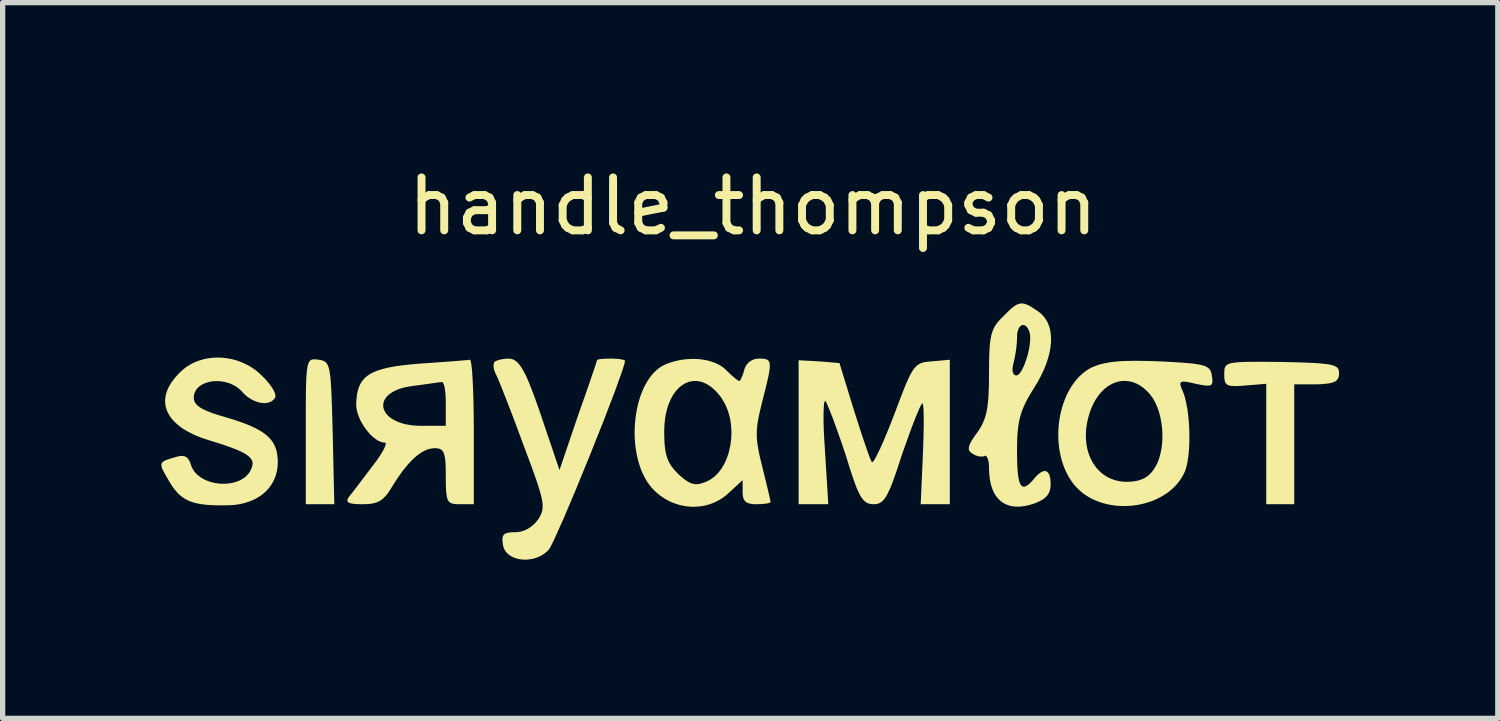
<source format=kicad_pcb>
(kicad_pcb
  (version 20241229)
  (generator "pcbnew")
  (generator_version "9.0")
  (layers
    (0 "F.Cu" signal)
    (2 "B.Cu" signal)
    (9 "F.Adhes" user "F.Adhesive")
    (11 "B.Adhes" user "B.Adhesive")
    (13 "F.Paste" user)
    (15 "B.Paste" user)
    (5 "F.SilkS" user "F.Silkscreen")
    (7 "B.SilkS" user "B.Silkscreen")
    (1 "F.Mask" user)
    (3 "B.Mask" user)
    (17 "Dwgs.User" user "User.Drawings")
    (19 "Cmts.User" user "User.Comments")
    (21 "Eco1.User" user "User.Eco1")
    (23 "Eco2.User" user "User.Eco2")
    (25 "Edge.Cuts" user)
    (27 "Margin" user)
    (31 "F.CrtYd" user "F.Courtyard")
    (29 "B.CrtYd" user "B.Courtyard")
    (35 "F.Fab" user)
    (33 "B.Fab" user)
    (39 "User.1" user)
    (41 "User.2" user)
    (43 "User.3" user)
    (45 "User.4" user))
  (footprint "handle_thompson"
    (layer "F.Cu")
    (at 11.268 3.708)
    (property "Reference" "handle_thompson" (at -0.09 -2.86 0) (unlocked yes) (layer "F.SilkS") (effects (font (size 1 1) (thickness 0.15))))
    (attr smd)
    (fp_poly (pts (xy -8.358 0.033) (xy -8.339 0.034) (xy -8.296 0.04) (xy -8.257 0.046) (xy -8.222 0.055) (xy -8.192 0.067) (xy -8.165 0.085) (xy -8.143 0.111) (xy -8.123 0.146) (xy -8.106 0.192) (xy -8.092 0.251) (xy -8.08 0.326) (xy -8.07 0.417) (xy -8.055 0.656) (xy -8.043 0.984) (xy -8.031 1.416) (xy -8 2.77) (xy -8.539 2.77) (xy -8.539 1.384) (xy -8.539 0.93) (xy -8.538 0.746) (xy -8.536 0.589) (xy -8.534 0.52) (xy -8.532 0.456) (xy -8.53 0.398) (xy -8.527 0.346) (xy -8.523 0.298) (xy -8.519 0.255) (xy -8.514 0.217) (xy -8.509 0.184) (xy -8.503 0.154) (xy -8.496 0.129) (xy -8.488 0.107) (xy -8.484 0.097) (xy -8.48 0.088) (xy -8.475 0.08) (xy -8.471 0.073) (xy -8.466 0.066) (xy -8.46 0.06) (xy -8.455 0.055) (xy -8.449 0.05) (xy -8.443 0.046) (xy -8.437 0.043) (xy -8.43 0.04) (xy -8.423 0.037) (xy -8.416 0.036) (xy -8.409 0.034) (xy -8.393 0.032) (xy -8.376 0.032)) (stroke (width 0) (type solid)) (fill yes) (layer "F.SilkS"))
    (fp_poly (pts (xy 9.897 0.082) (xy 10.071 0.086) (xy 10.226 0.09) (xy 10.363 0.095) (xy 10.482 0.1) (xy 10.536 0.103) (xy 10.586 0.106) (xy 10.632 0.11) (xy 10.674 0.114) (xy 10.713 0.118) (xy 10.749 0.122) (xy 10.781 0.127) (xy 10.811 0.132) (xy 10.837 0.138) (xy 10.861 0.144) (xy 10.883 0.151) (xy 10.901 0.158) (xy 10.918 0.166) (xy 10.925 0.17) (xy 10.932 0.174) (xy 10.939 0.178) (xy 10.945 0.183) (xy 10.95 0.187) (xy 10.955 0.192) (xy 10.959 0.197) (xy 10.964 0.202) (xy 10.967 0.208) (xy 10.971 0.213) (xy 10.974 0.219) (xy 10.976 0.225) (xy 10.98 0.237) (xy 10.983 0.25) (xy 10.985 0.264) (xy 10.986 0.278) (xy 10.987 0.294) (xy 10.986 0.322) (xy 10.983 0.348) (xy 10.977 0.371) (xy 10.973 0.382) (xy 10.968 0.392) (xy 10.963 0.402) (xy 10.957 0.411) (xy 10.95 0.42) (xy 10.942 0.428) (xy 10.934 0.435) (xy 10.924 0.442) (xy 10.914 0.449) (xy 10.902 0.455) (xy 10.876 0.466) (xy 10.846 0.476) (xy 10.812 0.484) (xy 10.773 0.49) (xy 10.728 0.495) (xy 10.679 0.5) (xy 10.624 0.503) (xy 10.563 0.505) (xy 10.14 0.505) (xy 10.14 2.77) (xy 9.611 2.77) (xy 9.611 0.495) (xy 9.219 0.527) (xy 9.156 0.532) (xy 9.099 0.536) (xy 9.049 0.538) (xy 9.026 0.538) (xy 9.005 0.538) (xy 8.985 0.537) (xy 8.967 0.536) (xy 8.95 0.534) (xy 8.934 0.532) (xy 8.92 0.529) (xy 8.906 0.525) (xy 8.894 0.521) (xy 8.883 0.516) (xy 8.873 0.51) (xy 8.865 0.503) (xy 8.857 0.496) (xy 8.85 0.488) (xy 8.843 0.479) (xy 8.838 0.469) (xy 8.833 0.458) (xy 8.829 0.446) (xy 8.826 0.433) (xy 8.824 0.42) (xy 8.821 0.405) (xy 8.82 0.389) (xy 8.818 0.354) (xy 8.817 0.315) (xy 8.82 0.235) (xy 8.825 0.202) (xy 8.836 0.174) (xy 8.852 0.151) (xy 8.877 0.131) (xy 8.911 0.116) (xy 8.956 0.103) (xy 9.014 0.094) (xy 9.085 0.087) (xy 9.173 0.082) (xy 9.277 0.08) (xy 9.543 0.079)) (stroke (width 0) (type solid)) (fill yes) (layer "F.SilkS"))
    (fp_poly (pts (xy 3.631 2.77) (xy 3.081 2.77) (xy 3.123 1.818) (xy 3.13 1.625) (xy 3.135 1.446) (xy 3.138 1.284) (xy 3.138 1.143) (xy 3.136 1.027) (xy 3.134 0.98) (xy 3.131 0.94) (xy 3.127 0.908) (xy 3.123 0.884) (xy 3.121 0.876) (xy 3.118 0.87) (xy 3.116 0.866) (xy 3.113 0.865) (xy 3.105 0.87) (xy 3.095 0.885) (xy 3.065 0.941) (xy 3.026 1.03) (xy 2.978 1.147) (xy 2.923 1.288) (xy 2.863 1.45) (xy 2.732 1.818) (xy 2.684 1.964) (xy 2.641 2.096) (xy 2.601 2.212) (xy 2.564 2.315) (xy 2.547 2.361) (xy 2.53 2.404) (xy 2.514 2.445) (xy 2.498 2.482) (xy 2.482 2.516) (xy 2.467 2.548) (xy 2.453 2.577) (xy 2.438 2.603) (xy 2.424 2.628) (xy 2.41 2.649) (xy 2.396 2.669) (xy 2.381 2.686) (xy 2.367 2.702) (xy 2.353 2.716) (xy 2.339 2.727) (xy 2.324 2.737) (xy 2.309 2.746) (xy 2.294 2.753) (xy 2.278 2.759) (xy 2.262 2.763) (xy 2.246 2.766) (xy 2.228 2.769) (xy 2.211 2.77) (xy 2.192 2.77) (xy 2.154 2.769) (xy 2.119 2.763) (xy 2.085 2.753) (xy 2.054 2.738) (xy 2.025 2.716) (xy 1.996 2.688) (xy 1.968 2.651) (xy 1.939 2.606) (xy 1.911 2.552) (xy 1.881 2.487) (xy 1.851 2.411) (xy 1.819 2.324) (xy 1.747 2.11) (xy 1.663 1.839) (xy 1.6 1.652) (xy 1.538 1.473) (xy 1.479 1.308) (xy 1.425 1.16) (xy 1.376 1.034) (xy 1.335 0.932) (xy 1.303 0.861) (xy 1.291 0.837) (xy 1.282 0.823) (xy 1.278 0.819) (xy 1.274 0.818) (xy 1.271 0.82) (xy 1.268 0.824) (xy 1.262 0.84) (xy 1.256 0.866) (xy 1.249 0.943) (xy 1.245 1.053) (xy 1.245 1.192) (xy 1.249 1.356) (xy 1.258 1.541) (xy 1.271 1.744) (xy 1.335 2.77) (xy 0.774 2.77) (xy 0.774 0.05) (xy 1.165 0.071) (xy 1.546 0.103) (xy 1.822 1.003) (xy 1.937 1.36) (xy 1.99 1.521) (xy 2.039 1.664) (xy 2.081 1.786) (xy 2.116 1.881) (xy 2.131 1.917) (xy 2.143 1.946) (xy 2.153 1.966) (xy 2.16 1.976) (xy 2.164 1.978) (xy 2.168 1.977) (xy 2.179 1.968) (xy 2.194 1.95) (xy 2.212 1.922) (xy 2.255 1.842) (xy 2.308 1.732) (xy 2.37 1.595) (xy 2.437 1.436) (xy 2.509 1.259) (xy 2.584 1.066) (xy 2.701 0.757) (xy 2.75 0.63) (xy 2.794 0.521) (xy 2.835 0.427) (xy 2.854 0.386) (xy 2.872 0.348) (xy 2.89 0.313) (xy 2.908 0.282) (xy 2.925 0.253) (xy 2.942 0.228) (xy 2.959 0.205) (xy 2.976 0.184) (xy 2.994 0.166) (xy 3.012 0.15) (xy 3.03 0.136) (xy 3.049 0.124) (xy 3.068 0.114) (xy 3.088 0.105) (xy 3.109 0.097) (xy 3.131 0.091) (xy 3.155 0.086) (xy 3.179 0.082) (xy 3.205 0.079) (xy 3.233 0.076) (xy 3.293 0.071) (xy 3.631 0.04)) (stroke (width 0) (type solid)) (fill yes) (layer "F.SilkS"))
    (fp_poly (pts (xy -2.744 0.019) (xy -2.718 0.019) (xy -2.692 0.021) (xy -2.668 0.022) (xy -2.644 0.024) (xy -2.623 0.026) (xy -2.602 0.029) (xy -2.584 0.032) (xy -2.567 0.035) (xy -2.552 0.038) (xy -2.538 0.042) (xy -2.527 0.045) (xy -2.523 0.047) (xy -2.519 0.049) (xy -2.515 0.051) (xy -2.512 0.053) (xy -2.51 0.055) (xy -2.508 0.057) (xy -2.507 0.059) (xy -2.507 0.061) (xy -2.522 0.131) (xy -2.563 0.262) (xy -2.712 0.676) (xy -2.926 1.231) (xy -3.175 1.856) (xy -3.43 2.479) (xy -3.663 3.03) (xy -3.845 3.436) (xy -3.907 3.563) (xy -3.946 3.627) (xy -3.972 3.654) (xy -3.999 3.679) (xy -4.028 3.701) (xy -4.058 3.722) (xy -4.089 3.74) (xy -4.121 3.757) (xy -4.154 3.771) (xy -4.188 3.784) (xy -4.222 3.794) (xy -4.256 3.803) (xy -4.291 3.809) (xy -4.326 3.814) (xy -4.361 3.817) (xy -4.395 3.818) (xy -4.43 3.817) (xy -4.464 3.814) (xy -4.497 3.809) (xy -4.529 3.803) (xy -4.56 3.795) (xy -4.591 3.785) (xy -4.62 3.773) (xy -4.647 3.759) (xy -4.673 3.744) (xy -4.698 3.727) (xy -4.72 3.709) (xy -4.741 3.688) (xy -4.759 3.666) (xy -4.776 3.643) (xy -4.789 3.617) (xy -4.8 3.591) (xy -4.809 3.562) (xy -4.814 3.532) (xy -4.819 3.498) (xy -4.822 3.467) (xy -4.823 3.44) (xy -4.823 3.427) (xy -4.822 3.415) (xy -4.821 3.404) (xy -4.819 3.394) (xy -4.816 3.384) (xy -4.813 3.375) (xy -4.809 3.366) (xy -4.804 3.358) (xy -4.799 3.351) (xy -4.793 3.344) (xy -4.786 3.338) (xy -4.779 3.333) (xy -4.77 3.327) (xy -4.761 3.323) (xy -4.751 3.319) (xy -4.74 3.315) (xy -4.728 3.312) (xy -4.716 3.309) (xy -4.688 3.305) (xy -4.656 3.302) (xy -4.621 3.3) (xy -4.581 3.299) (xy -4.565 3.299) (xy -4.55 3.298) (xy -4.534 3.297) (xy -4.518 3.295) (xy -4.487 3.29) (xy -4.457 3.282) (xy -4.427 3.273) (xy -4.397 3.261) (xy -4.369 3.248) (xy -4.34 3.233) (xy -4.313 3.216) (xy -4.286 3.198) (xy -4.261 3.178) (xy -4.236 3.156) (xy -4.212 3.133) (xy -4.189 3.109) (xy -4.168 3.083) (xy -4.147 3.056) (xy -4.122 3.014) (xy -4.1 2.973) (xy -4.083 2.932) (xy -4.071 2.89) (xy -4.065 2.844) (xy -4.063 2.793) (xy -4.068 2.736) (xy -4.079 2.671) (xy -4.096 2.596) (xy -4.12 2.509) (xy -4.151 2.41) (xy -4.189 2.295) (xy -4.289 2.016) (xy -4.423 1.659) (xy -4.594 1.198) (xy -4.749 0.794) (xy -4.87 0.489) (xy -4.913 0.387) (xy -4.941 0.325) (xy -4.951 0.307) (xy -4.959 0.289) (xy -4.966 0.271) (xy -4.973 0.253) (xy -4.978 0.235) (xy -4.983 0.218) (xy -4.986 0.201) (xy -4.989 0.184) (xy -4.99 0.168) (xy -4.991 0.153) (xy -4.99 0.138) (xy -4.989 0.125) (xy -4.988 0.118) (xy -4.986 0.112) (xy -4.985 0.106) (xy -4.983 0.101) (xy -4.981 0.096) (xy -4.978 0.091) (xy -4.976 0.086) (xy -4.973 0.082) (xy -4.966 0.076) (xy -4.957 0.07) (xy -4.946 0.064) (xy -4.933 0.059) (xy -4.919 0.053) (xy -4.903 0.048) (xy -4.886 0.043) (xy -4.868 0.038) (xy -4.85 0.034) (xy -4.83 0.03) (xy -4.81 0.027) (xy -4.79 0.024) (xy -4.769 0.022) (xy -4.749 0.02) (xy -4.728 0.019) (xy -4.708 0.019) (xy -4.668 0.022) (xy -4.629 0.032) (xy -4.591 0.051) (xy -4.554 0.078) (xy -4.517 0.115) (xy -4.48 0.163) (xy -4.442 0.223) (xy -4.403 0.295) (xy -4.361 0.381) (xy -4.318 0.481) (xy -4.222 0.728) (xy -4.11 1.045) (xy -3.978 1.437) (xy -3.745 2.125) (xy -3.396 1.098) (xy -3.255 0.699) (xy -3.141 0.368) (xy -3.064 0.14) (xy -3.043 0.075) (xy -3.036 0.05) (xy -3.036 0.048) (xy -3.035 0.046) (xy -3.031 0.043) (xy -3.024 0.039) (xy -3.016 0.036) (xy -3.005 0.034) (xy -2.991 0.031) (xy -2.959 0.026) (xy -2.92 0.023) (xy -2.875 0.021) (xy -2.825 0.019) (xy -2.772 0.019)) (stroke (width 0) (type solid)) (fill yes) (layer "F.SilkS"))
    (fp_poly (pts (xy -5.435 0.04) (xy -5.431 0.045) (xy -5.423 0.064) (xy -5.409 0.14) (xy -5.396 0.263) (xy -5.386 0.427) (xy -5.377 0.628) (xy -5.37 0.86) (xy -5.366 1.117) (xy -5.364 1.394) (xy -5.364 2.77) (xy -5.629 2.77) (xy -5.672 2.77) (xy -5.71 2.768) (xy -5.744 2.764) (xy -5.773 2.757) (xy -5.786 2.753) (xy -5.798 2.748) (xy -5.809 2.741) (xy -5.82 2.734) (xy -5.829 2.725) (xy -5.838 2.716) (xy -5.846 2.705) (xy -5.853 2.692) (xy -5.859 2.678) (xy -5.865 2.663) (xy -5.874 2.627) (xy -5.881 2.584) (xy -5.886 2.534) (xy -5.89 2.475) (xy -5.892 2.407) (xy -5.894 2.241) (xy -5.894 2.16) (xy -5.895 2.088) (xy -5.898 2.023) (xy -5.899 1.994) (xy -5.901 1.966) (xy -5.904 1.941) (xy -5.906 1.917) (xy -5.91 1.894) (xy -5.913 1.874) (xy -5.917 1.854) (xy -5.922 1.837) (xy -5.927 1.821) (xy -5.932 1.806) (xy -5.938 1.792) (xy -5.944 1.78) (xy -5.952 1.769) (xy -5.959 1.759) (xy -5.968 1.751) (xy -5.976 1.743) (xy -5.986 1.736) (xy -5.996 1.731) (xy -6.007 1.726) (xy -6.019 1.722) (xy -6.031 1.718) (xy -6.045 1.716) (xy -6.058 1.714) (xy -6.073 1.713) (xy -6.089 1.712) (xy -6.105 1.712) (xy -6.128 1.713) (xy -6.151 1.715) (xy -6.198 1.724) (xy -6.245 1.738) (xy -6.293 1.759) (xy -6.342 1.785) (xy -6.391 1.817) (xy -6.441 1.855) (xy -6.492 1.898) (xy -6.542 1.947) (xy -6.594 2.002) (xy -6.645 2.062) (xy -6.698 2.127) (xy -6.75 2.198) (xy -6.803 2.274) (xy -6.856 2.355) (xy -6.91 2.442) (xy -6.939 2.489) (xy -6.967 2.532) (xy -6.995 2.571) (xy -7.022 2.605) (xy -7.05 2.635) (xy -7.078 2.662) (xy -7.092 2.674) (xy -7.107 2.685) (xy -7.122 2.696) (xy -7.137 2.705) (xy -7.153 2.714) (xy -7.169 2.722) (xy -7.185 2.73) (xy -7.202 2.736) (xy -7.22 2.742) (xy -7.238 2.747) (xy -7.276 2.756) (xy -7.317 2.763) (xy -7.361 2.767) (xy -7.408 2.769) (xy -7.46 2.77) (xy -7.509 2.77) (xy -7.553 2.769) (xy -7.574 2.768) (xy -7.593 2.767) (xy -7.611 2.765) (xy -7.628 2.764) (xy -7.644 2.762) (xy -7.658 2.76) (xy -7.672 2.757) (xy -7.684 2.755) (xy -7.695 2.752) (xy -7.706 2.748) (xy -7.715 2.745) (xy -7.723 2.741) (xy -7.73 2.737) (xy -7.737 2.733) (xy -7.742 2.728) (xy -7.746 2.723) (xy -7.749 2.717) (xy -7.751 2.711) (xy -7.753 2.705) (xy -7.753 2.699) (xy -7.753 2.692) (xy -7.751 2.685) (xy -7.749 2.677) (xy -7.746 2.669) (xy -7.742 2.66) (xy -7.737 2.652) (xy -7.731 2.642) (xy -7.725 2.633) (xy -7.66 2.551) (xy -7.554 2.413) (xy -7.28 2.051) (xy -7.245 2.005) (xy -7.213 1.962) (xy -7.182 1.919) (xy -7.154 1.878) (xy -7.129 1.84) (xy -7.106 1.803) (xy -7.086 1.769) (xy -7.068 1.737) (xy -7.054 1.708) (xy -7.048 1.695) (xy -7.043 1.682) (xy -7.038 1.671) (xy -7.035 1.66) (xy -7.032 1.65) (xy -7.03 1.641) (xy -7.029 1.633) (xy -7.029 1.626) (xy -7.029 1.62) (xy -7.031 1.615) (xy -7.034 1.611) (xy -7.037 1.608) (xy -7.042 1.607) (xy -7.047 1.606) (xy -7.068 1.605) (xy -7.09 1.601) (xy -7.112 1.595) (xy -7.134 1.587) (xy -7.157 1.577) (xy -7.18 1.565) (xy -7.202 1.551) (xy -7.225 1.535) (xy -7.271 1.499) (xy -7.316 1.456) (xy -7.359 1.409) (xy -7.4 1.357) (xy -7.439 1.302) (xy -7.475 1.244) (xy -7.507 1.185) (xy -7.534 1.124) (xy -7.556 1.063) (xy -7.573 1.002) (xy -7.579 0.973) (xy -7.583 0.943) (xy -7.586 0.914) (xy -7.587 0.887) (xy -7.076 0.887) (xy -7.076 0.92) (xy -7.071 0.953) (xy -7.061 0.985) (xy -7.046 1.017) (xy -7.027 1.048) (xy -7.003 1.079) (xy -6.974 1.108) (xy -6.94 1.136) (xy -6.902 1.162) (xy -6.859 1.186) (xy -6.812 1.208) (xy -6.76 1.228) (xy -6.704 1.246) (xy -6.643 1.261) (xy -6.579 1.272) (xy -6.51 1.281) (xy -6.437 1.287) (xy -6.359 1.289) (xy -5.894 1.289) (xy -5.894 0.865) (xy -5.894 0.822) (xy -5.895 0.781) (xy -5.897 0.741) (xy -5.899 0.703) (xy -5.902 0.667) (xy -5.906 0.633) (xy -5.91 0.602) (xy -5.915 0.573) (xy -5.92 0.547) (xy -5.926 0.524) (xy -5.932 0.505) (xy -5.935 0.496) (xy -5.938 0.489) (xy -5.942 0.482) (xy -5.945 0.476) (xy -5.949 0.471) (xy -5.952 0.468) (xy -5.956 0.465) (xy -5.96 0.463) (xy -5.964 0.463) (xy -5.968 0.463) (xy -5.996 0.465) (xy -6.04 0.47) (xy -6.169 0.488) (xy -6.337 0.512) (xy -6.529 0.537) (xy -6.603 0.549) (xy -6.672 0.563) (xy -6.735 0.58) (xy -6.793 0.6) (xy -6.845 0.622) (xy -6.892 0.646) (xy -6.933 0.672) (xy -6.969 0.699) (xy -7 0.728) (xy -7.026 0.758) (xy -7.046 0.789) (xy -7.061 0.821) (xy -7.071 0.854) (xy -7.076 0.887) (xy -7.587 0.887) (xy -7.587 0.886) (xy -7.582 0.788) (xy -7.572 0.698) (xy -7.554 0.617) (xy -7.543 0.579) (xy -7.53 0.544) (xy -7.514 0.51) (xy -7.497 0.478) (xy -7.477 0.448) (xy -7.455 0.42) (xy -7.431 0.393) (xy -7.404 0.367) (xy -7.374 0.344) (xy -7.342 0.321) (xy -7.307 0.301) (xy -7.27 0.281) (xy -7.185 0.246) (xy -7.088 0.215) (xy -6.978 0.188) (xy -6.854 0.165) (xy -6.715 0.146) (xy -6.561 0.129) (xy -6.391 0.114) (xy -6.049 0.09) (xy -5.756 0.069) (xy -5.543 0.051) (xy -5.475 0.045) (xy -5.439 0.04)) (stroke (width 0) (type solid)) (fill yes) (layer "F.SilkS"))
    (fp_poly (pts (xy 7.348 0.063) (xy 7.6 0.071) (xy 7.754 0.079) (xy 7.89 0.087) (xy 8.011 0.094) (xy 8.116 0.103) (xy 8.163 0.107) (xy 8.207 0.111) (xy 8.247 0.116) (xy 8.285 0.121) (xy 8.319 0.127) (xy 8.351 0.133) (xy 8.38 0.139) (xy 8.406 0.146) (xy 8.43 0.153) (xy 8.451 0.16) (xy 8.471 0.169) (xy 8.488 0.178) (xy 8.503 0.187) (xy 8.517 0.198) (xy 8.529 0.209) (xy 8.539 0.22) (xy 8.548 0.233) (xy 8.556 0.246) (xy 8.563 0.261) (xy 8.569 0.276) (xy 8.573 0.292) (xy 8.578 0.309) (xy 8.581 0.327) (xy 8.584 0.347) (xy 8.59 0.382) (xy 8.593 0.413) (xy 8.594 0.44) (xy 8.594 0.452) (xy 8.593 0.464) (xy 8.591 0.474) (xy 8.589 0.483) (xy 8.586 0.491) (xy 8.582 0.499) (xy 8.577 0.505) (xy 8.572 0.511) (xy 8.565 0.516) (xy 8.558 0.52) (xy 8.55 0.523) (xy 8.54 0.526) (xy 8.529 0.528) (xy 8.518 0.529) (xy 8.505 0.529) (xy 8.491 0.529) (xy 8.459 0.527) (xy 8.423 0.522) (xy 8.38 0.515) (xy 8.332 0.506) (xy 8.277 0.495) (xy 8.223 0.482) (xy 8.175 0.472) (xy 8.134 0.463) (xy 8.115 0.46) (xy 8.098 0.458) (xy 8.082 0.456) (xy 8.068 0.455) (xy 8.055 0.454) (xy 8.043 0.454) (xy 8.032 0.455) (xy 8.023 0.457) (xy 8.015 0.459) (xy 8.008 0.462) (xy 8.002 0.465) (xy 7.997 0.47) (xy 7.993 0.475) (xy 7.99 0.48) (xy 7.989 0.487) (xy 7.988 0.494) (xy 7.988 0.502) (xy 7.989 0.511) (xy 7.991 0.521) (xy 7.993 0.531) (xy 7.996 0.542) (xy 8.001 0.555) (xy 8.011 0.581) (xy 8.023 0.611) (xy 8.052 0.682) (xy 8.077 0.764) (xy 8.098 0.854) (xy 8.117 0.952) (xy 8.132 1.056) (xy 8.143 1.164) (xy 8.152 1.274) (xy 8.157 1.386) (xy 8.159 1.498) (xy 8.157 1.608) (xy 8.152 1.715) (xy 8.144 1.817) (xy 8.132 1.912) (xy 8.117 2) (xy 8.098 2.078) (xy 8.076 2.146) (xy 8.044 2.214) (xy 8.006 2.28) (xy 7.963 2.341) (xy 7.916 2.399) (xy 7.864 2.453) (xy 7.809 2.503) (xy 7.749 2.55) (xy 7.686 2.593) (xy 7.62 2.632) (xy 7.552 2.667) (xy 7.481 2.699) (xy 7.407 2.726) (xy 7.332 2.749) (xy 7.255 2.769) (xy 7.178 2.784) (xy 7.099 2.795) (xy 7.019 2.802) (xy 6.94 2.805) (xy 6.86 2.804) (xy 6.781 2.799) (xy 6.702 2.789) (xy 6.625 2.775) (xy 6.548 2.756) (xy 6.474 2.734) (xy 6.401 2.706) (xy 6.33 2.675) (xy 6.262 2.639) (xy 6.197 2.598) (xy 6.135 2.553) (xy 6.076 2.503) (xy 6.021 2.448) (xy 5.97 2.389) (xy 5.925 2.327) (xy 5.883 2.262) (xy 5.846 2.193) (xy 5.812 2.123) (xy 5.782 2.05) (xy 5.757 1.974) (xy 5.735 1.897) (xy 5.717 1.819) (xy 5.702 1.739) (xy 5.692 1.659) (xy 5.685 1.577) (xy 5.681 1.495) (xy 5.681 1.471) (xy 6.202 1.471) (xy 6.203 1.53) (xy 6.208 1.587) (xy 6.215 1.644) (xy 6.224 1.699) (xy 6.237 1.752) (xy 6.252 1.804) (xy 6.27 1.854) (xy 6.29 1.902) (xy 6.313 1.949) (xy 6.338 1.993) (xy 6.366 2.035) (xy 6.396 2.075) (xy 6.428 2.113) (xy 6.463 2.148) (xy 6.5 2.181) (xy 6.538 2.211) (xy 6.579 2.239) (xy 6.622 2.263) (xy 6.667 2.285) (xy 6.714 2.303) (xy 6.763 2.319) (xy 6.814 2.331) (xy 6.866 2.34) (xy 6.92 2.345) (xy 6.976 2.347) (xy 7.02 2.346) (xy 7.063 2.343) (xy 7.104 2.339) (xy 7.143 2.333) (xy 7.162 2.329) (xy 7.18 2.325) (xy 7.198 2.32) (xy 7.216 2.315) (xy 7.233 2.309) (xy 7.249 2.303) (xy 7.266 2.297) (xy 7.281 2.29) (xy 7.297 2.283) (xy 7.312 2.275) (xy 7.326 2.266) (xy 7.341 2.257) (xy 7.355 2.248) (xy 7.368 2.238) (xy 7.381 2.228) (xy 7.394 2.217) (xy 7.406 2.206) (xy 7.418 2.194) (xy 7.43 2.182) (xy 7.442 2.17) (xy 7.453 2.156) (xy 7.463 2.143) (xy 7.474 2.129) (xy 7.484 2.114) (xy 7.506 2.081) (xy 7.526 2.046) (xy 7.545 2.009) (xy 7.562 1.971) (xy 7.592 1.888) (xy 7.615 1.8) (xy 7.633 1.708) (xy 7.644 1.612) (xy 7.649 1.515) (xy 7.648 1.416) (xy 7.641 1.316) (xy 7.628 1.219) (xy 7.609 1.123) (xy 7.585 1.031) (xy 7.555 0.943) (xy 7.519 0.86) (xy 7.478 0.785) (xy 7.455 0.75) (xy 7.431 0.717) (xy 7.396 0.674) (xy 7.359 0.635) (xy 7.322 0.6) (xy 7.284 0.568) (xy 7.245 0.54) (xy 7.205 0.515) (xy 7.165 0.494) (xy 7.124 0.476) (xy 7.083 0.462) (xy 7.042 0.452) (xy 7 0.445) (xy 6.959 0.441) (xy 6.917 0.44) (xy 6.876 0.443) (xy 6.835 0.45) (xy 6.794 0.459) (xy 6.754 0.472) (xy 6.715 0.488) (xy 6.676 0.507) (xy 6.638 0.529) (xy 6.6 0.555) (xy 6.564 0.584) (xy 6.529 0.615) (xy 6.495 0.65) (xy 6.462 0.688) (xy 6.431 0.729) (xy 6.401 0.772) (xy 6.372 0.819) (xy 6.346 0.869) (xy 6.321 0.921) (xy 6.298 0.976) (xy 6.277 1.035) (xy 6.257 1.099) (xy 6.24 1.163) (xy 6.226 1.226) (xy 6.216 1.288) (xy 6.208 1.35) (xy 6.204 1.411) (xy 6.202 1.471) (xy 5.681 1.471) (xy 5.681 1.414) (xy 5.685 1.332) (xy 5.692 1.25) (xy 5.703 1.169) (xy 5.717 1.09) (xy 5.735 1.011) (xy 5.755 0.934) (xy 5.78 0.858) (xy 5.807 0.785) (xy 5.837 0.714) (xy 5.871 0.645) (xy 5.908 0.579) (xy 5.948 0.517) (xy 5.991 0.458) (xy 6.036 0.402) (xy 6.085 0.35) (xy 6.137 0.303) (xy 6.191 0.26) (xy 6.249 0.221) (xy 6.309 0.188) (xy 6.357 0.167) (xy 6.408 0.148) (xy 6.461 0.131) (xy 6.517 0.116) (xy 6.576 0.103) (xy 6.639 0.091) (xy 6.707 0.082) (xy 6.78 0.074) (xy 6.858 0.068) (xy 6.942 0.064) (xy 7.131 0.06)) (stroke (width 0) (type solid)) (fill yes) (layer "F.SilkS"))
    (fp_poly (pts (xy 0.069 0.019) (xy 0.109 0.021) (xy 0.144 0.027) (xy 0.172 0.036) (xy 0.184 0.042) (xy 0.195 0.05) (xy 0.204 0.059) (xy 0.212 0.07) (xy 0.218 0.082) (xy 0.223 0.097) (xy 0.227 0.114) (xy 0.229 0.132) (xy 0.229 0.177) (xy 0.224 0.231) (xy 0.214 0.297) (xy 0.198 0.376) (xy 0.152 0.574) (xy 0.086 0.833) (xy 0.041 1.019) (xy 0.023 1.1) (xy 0.009 1.176) (xy -0.003 1.246) (xy -0.011 1.314) (xy -0.016 1.379) (xy -0.017 1.443) (xy -0.016 1.508) (xy -0.011 1.573) (xy -0.003 1.641) (xy 0.009 1.713) (xy 0.023 1.79) (xy 0.041 1.872) (xy 0.086 2.061) (xy 0.147 2.305) (xy 0.197 2.514) (xy 0.232 2.662) (xy 0.241 2.707) (xy 0.245 2.728) (xy 0.244 2.73) (xy 0.243 2.732) (xy 0.239 2.736) (xy 0.233 2.74) (xy 0.224 2.743) (xy 0.213 2.747) (xy 0.2 2.751) (xy 0.185 2.754) (xy 0.168 2.757) (xy 0.129 2.762) (xy 0.084 2.767) (xy 0.034 2.769) (xy -0.02 2.77) (xy -0.056 2.77) (xy -0.089 2.768) (xy -0.119 2.764) (xy -0.133 2.762) (xy -0.146 2.759) (xy -0.159 2.756) (xy -0.17 2.752) (xy -0.181 2.748) (xy -0.192 2.744) (xy -0.202 2.739) (xy -0.211 2.734) (xy -0.22 2.728) (xy -0.228 2.721) (xy -0.235 2.714) (xy -0.242 2.707) (xy -0.248 2.699) (xy -0.254 2.69) (xy -0.259 2.681) (xy -0.264 2.671) (xy -0.268 2.661) (xy -0.271 2.65) (xy -0.275 2.638) (xy -0.277 2.626) (xy -0.279 2.613) (xy -0.281 2.599) (xy -0.283 2.585) (xy -0.284 2.57) (xy -0.284 2.537) (xy -0.284 2.315) (xy -0.549 2.559) (xy -0.587 2.593) (xy -0.627 2.625) (xy -0.668 2.655) (xy -0.711 2.682) (xy -0.754 2.706) (xy -0.799 2.728) (xy -0.844 2.748) (xy -0.89 2.765) (xy -0.937 2.78) (xy -0.985 2.793) (xy -1.033 2.803) (xy -1.081 2.81) (xy -1.13 2.815) (xy -1.179 2.818) (xy -1.229 2.819) (xy -1.278 2.816) (xy -1.327 2.812) (xy -1.376 2.805) (xy -1.425 2.796) (xy -1.474 2.785) (xy -1.522 2.771) (xy -1.57 2.754) (xy -1.617 2.736) (xy -1.664 2.715) (xy -1.709 2.691) (xy -1.754 2.666) (xy -1.798 2.638) (xy -1.841 2.608) (xy -1.882 2.575) (xy -1.923 2.54) (xy -1.961 2.503) (xy -1.999 2.463) (xy -2.047 2.403) (xy -2.092 2.339) (xy -2.132 2.27) (xy -2.169 2.197) (xy -2.202 2.121) (xy -2.23 2.042) (xy -2.255 1.96) (xy -2.276 1.876) (xy -2.293 1.79) (xy -2.307 1.702) (xy -2.317 1.613) (xy -2.323 1.523) (xy -2.325 1.433) (xy -2.325 1.394) (xy -1.766 1.394) (xy -1.765 1.473) (xy -1.763 1.545) (xy -1.76 1.612) (xy -1.755 1.673) (xy -1.748 1.73) (xy -1.739 1.783) (xy -1.728 1.832) (xy -1.721 1.856) (xy -1.715 1.879) (xy -1.707 1.901) (xy -1.699 1.922) (xy -1.69 1.943) (xy -1.681 1.963) (xy -1.671 1.983) (xy -1.66 2.002) (xy -1.649 2.021) (xy -1.637 2.04) (xy -1.61 2.077) (xy -1.581 2.114) (xy -1.548 2.151) (xy -1.512 2.188) (xy -1.474 2.224) (xy -1.437 2.256) (xy -1.403 2.285) (xy -1.37 2.31) (xy -1.339 2.331) (xy -1.324 2.341) (xy -1.309 2.35) (xy -1.294 2.357) (xy -1.279 2.364) (xy -1.265 2.371) (xy -1.25 2.376) (xy -1.236 2.381) (xy -1.221 2.384) (xy -1.207 2.387) (xy -1.193 2.389) (xy -1.178 2.391) (xy -1.164 2.391) (xy -1.149 2.391) (xy -1.134 2.391) (xy -1.119 2.389) (xy -1.104 2.387) (xy -1.088 2.383) (xy -1.072 2.38) (xy -1.039 2.37) (xy -1.004 2.357) (xy -0.957 2.338) (xy -0.911 2.315) (xy -0.868 2.287) (xy -0.826 2.256) (xy -0.787 2.221) (xy -0.751 2.183) (xy -0.716 2.141) (xy -0.684 2.097) (xy -0.654 2.049) (xy -0.627 2) (xy -0.602 1.947) (xy -0.58 1.893) (xy -0.56 1.837) (xy -0.543 1.78) (xy -0.516 1.66) (xy -0.5 1.537) (xy -0.495 1.412) (xy -0.502 1.286) (xy -0.51 1.224) (xy -0.52 1.162) (xy -0.534 1.101) (xy -0.551 1.042) (xy -0.571 0.983) (xy -0.594 0.926) (xy -0.62 0.871) (xy -0.65 0.817) (xy -0.682 0.766) (xy -0.718 0.717) (xy -0.761 0.665) (xy -0.805 0.619) (xy -0.849 0.579) (xy -0.894 0.543) (xy -0.939 0.514) (xy -0.984 0.489) (xy -1.029 0.47) (xy -1.074 0.455) (xy -1.119 0.446) (xy -1.163 0.441) (xy -1.207 0.442) (xy -1.25 0.447) (xy -1.292 0.456) (xy -1.333 0.47) (xy -1.374 0.489) (xy -1.413 0.512) (xy -1.451 0.539) (xy -1.487 0.57) (xy -1.522 0.606) (xy -1.555 0.645) (xy -1.586 0.688) (xy -1.615 0.735) (xy -1.642 0.786) (xy -1.666 0.841) (xy -1.689 0.898) (xy -1.708 0.96) (xy -1.725 1.024) (xy -1.74 1.092) (xy -1.751 1.163) (xy -1.759 1.237) (xy -1.764 1.314) (xy -1.766 1.394) (xy -2.325 1.394) (xy -2.324 1.342) (xy -2.319 1.252) (xy -2.311 1.163) (xy -2.299 1.074) (xy -2.284 0.987) (xy -2.266 0.902) (xy -2.244 0.819) (xy -2.219 0.738) (xy -2.19 0.66) (xy -2.159 0.586) (xy -2.124 0.515) (xy -2.086 0.448) (xy -2.045 0.386) (xy -2 0.328) (xy -1.953 0.276) (xy -1.903 0.229) (xy -1.85 0.187) (xy -1.793 0.153) (xy -1.734 0.124) (xy -1.656 0.095) (xy -1.576 0.071) (xy -1.496 0.052) (xy -1.415 0.038) (xy -1.334 0.029) (xy -1.253 0.025) (xy -1.174 0.025) (xy -1.097 0.03) (xy -1.022 0.04) (xy -0.949 0.054) (xy -0.88 0.073) (xy -0.815 0.096) (xy -0.754 0.123) (xy -0.725 0.139) (xy -0.697 0.155) (xy -0.671 0.172) (xy -0.647 0.191) (xy -0.624 0.21) (xy -0.602 0.23) (xy -0.58 0.252) (xy -0.558 0.273) (xy -0.537 0.293) (xy -0.516 0.312) (xy -0.496 0.331) (xy -0.476 0.348) (xy -0.457 0.365) (xy -0.439 0.38) (xy -0.422 0.393) (xy -0.407 0.406) (xy -0.393 0.416) (xy -0.38 0.425) (xy -0.369 0.432) (xy -0.36 0.438) (xy -0.353 0.441) (xy -0.35 0.442) (xy -0.348 0.442) (xy -0.346 0.442) (xy -0.344 0.441) (xy -0.339 0.438) (xy -0.334 0.432) (xy -0.329 0.425) (xy -0.323 0.416) (xy -0.317 0.406) (xy -0.311 0.393) (xy -0.304 0.38) (xy -0.291 0.348) (xy -0.278 0.312) (xy -0.265 0.273) (xy -0.253 0.23) (xy -0.249 0.218) (xy -0.246 0.207) (xy -0.242 0.196) (xy -0.237 0.185) (xy -0.232 0.174) (xy -0.226 0.163) (xy -0.22 0.153) (xy -0.214 0.144) (xy -0.207 0.134) (xy -0.2 0.125) (xy -0.185 0.107) (xy -0.169 0.091) (xy -0.151 0.077) (xy -0.132 0.064) (xy -0.112 0.052) (xy -0.091 0.042) (xy -0.07 0.034) (xy -0.047 0.027) (xy -0.024 0.022) (xy -0.001 0.02) (xy 0.011 0.019) (xy 0.022 0.019)) (stroke (width 0) (type solid)) (fill yes) (layer "F.SilkS"))
    (fp_poly (pts (xy -10.16 0) (xy -10.107 0.003) (xy -10.053 0.009) (xy -10 0.017) (xy -9.947 0.027) (xy -9.895 0.04) (xy -9.843 0.055) (xy -9.791 0.073) (xy -9.74 0.093) (xy -9.691 0.115) (xy -9.642 0.139) (xy -9.594 0.166) (xy -9.547 0.196) (xy -9.502 0.227) (xy -9.458 0.261) (xy -9.416 0.297) (xy -9.376 0.336) (xy -9.343 0.368) (xy -9.311 0.4) (xy -9.282 0.433) (xy -9.254 0.465) (xy -9.228 0.496) (xy -9.205 0.528) (xy -9.184 0.558) (xy -9.165 0.587) (xy -9.149 0.615) (xy -9.136 0.642) (xy -9.13 0.655) (xy -9.125 0.667) (xy -9.121 0.679) (xy -9.118 0.69) (xy -9.116 0.701) (xy -9.114 0.711) (xy -9.113 0.721) (xy -9.113 0.73) (xy -9.114 0.738) (xy -9.115 0.746) (xy -9.118 0.753) (xy -9.122 0.759) (xy -9.132 0.775) (xy -9.144 0.789) (xy -9.156 0.801) (xy -9.17 0.813) (xy -9.185 0.823) (xy -9.2 0.832) (xy -9.217 0.839) (xy -9.234 0.846) (xy -9.252 0.851) (xy -9.27 0.855) (xy -9.289 0.857) (xy -9.309 0.859) (xy -9.329 0.859) (xy -9.35 0.858) (xy -9.371 0.856) (xy -9.393 0.853) (xy -9.414 0.849) (xy -9.436 0.844) (xy -9.458 0.837) (xy -9.481 0.829) (xy -9.525 0.811) (xy -9.569 0.788) (xy -9.591 0.775) (xy -9.613 0.76) (xy -9.635 0.745) (xy -9.656 0.729) (xy -9.676 0.712) (xy -9.696 0.693) (xy -9.716 0.674) (xy -9.735 0.654) (xy -9.762 0.624) (xy -9.791 0.597) (xy -9.822 0.572) (xy -9.854 0.549) (xy -9.888 0.529) (xy -9.922 0.511) (xy -9.958 0.495) (xy -9.995 0.481) (xy -10.033 0.47) (xy -10.071 0.46) (xy -10.109 0.453) (xy -10.148 0.448) (xy -10.186 0.445) (xy -10.224 0.444) (xy -10.262 0.445) (xy -10.299 0.448) (xy -10.335 0.454) (xy -10.37 0.461) (xy -10.405 0.47) (xy -10.437 0.481) (xy -10.469 0.494) (xy -10.498 0.509) (xy -10.525 0.526) (xy -10.551 0.545) (xy -10.574 0.565) (xy -10.595 0.588) (xy -10.613 0.612) (xy -10.628 0.638) (xy -10.64 0.666) (xy -10.649 0.695) (xy -10.654 0.726) (xy -10.656 0.759) (xy -10.654 0.787) (xy -10.648 0.813) (xy -10.638 0.838) (xy -10.624 0.862) (xy -10.605 0.885) (xy -10.582 0.908) (xy -10.553 0.931) (xy -10.52 0.953) (xy -10.481 0.974) (xy -10.436 0.996) (xy -10.386 1.017) (xy -10.33 1.039) (xy -10.268 1.061) (xy -10.199 1.083) (xy -10.124 1.106) (xy -10.042 1.13) (xy -9.907 1.171) (xy -9.785 1.212) (xy -9.673 1.253) (xy -9.573 1.295) (xy -9.527 1.316) (xy -9.483 1.337) (xy -9.442 1.359) (xy -9.404 1.381) (xy -9.368 1.403) (xy -9.334 1.426) (xy -9.303 1.45) (xy -9.274 1.474) (xy -9.247 1.498) (xy -9.222 1.524) (xy -9.199 1.55) (xy -9.179 1.576) (xy -9.16 1.604) (xy -9.143 1.633) (xy -9.128 1.662) (xy -9.115 1.692) (xy -9.104 1.724) (xy -9.094 1.756) (xy -9.086 1.79) (xy -9.08 1.825) (xy -9.075 1.861) (xy -9.071 1.898) (xy -9.069 1.936) (xy -9.069 1.976) (xy -9.07 2.022) (xy -9.073 2.066) (xy -9.079 2.109) (xy -9.087 2.151) (xy -9.097 2.192) (xy -9.109 2.232) (xy -9.123 2.271) (xy -9.139 2.309) (xy -9.157 2.346) (xy -9.177 2.381) (xy -9.199 2.415) (xy -9.223 2.448) (xy -9.249 2.48) (xy -9.277 2.51) (xy -9.306 2.539) (xy -9.337 2.566) (xy -9.37 2.593) (xy -9.405 2.617) (xy -9.441 2.64) (xy -9.478 2.662) (xy -9.518 2.682) (xy -9.559 2.7) (xy -9.601 2.717) (xy -9.645 2.732) (xy -9.69 2.746) (xy -9.736 2.758) (xy -9.784 2.768) (xy -9.833 2.776) (xy -9.884 2.783) (xy -9.935 2.788) (xy -10.042 2.791) (xy -10.157 2.792) (xy -10.262 2.79) (xy -10.359 2.786) (xy -10.404 2.783) (xy -10.448 2.778) (xy -10.489 2.773) (xy -10.529 2.767) (xy -10.568 2.76) (xy -10.604 2.752) (xy -10.639 2.744) (xy -10.673 2.734) (xy -10.706 2.723) (xy -10.737 2.711) (xy -10.767 2.697) (xy -10.795 2.683) (xy -10.823 2.667) (xy -10.85 2.65) (xy -10.876 2.632) (xy -10.901 2.613) (xy -10.925 2.592) (xy -10.949 2.57) (xy -10.972 2.546) (xy -10.994 2.521) (xy -11.016 2.494) (xy -11.038 2.466) (xy -11.059 2.436) (xy -11.08 2.404) (xy -11.101 2.371) (xy -11.122 2.336) (xy -11.191 2.217) (xy -11.218 2.169) (xy -11.239 2.127) (xy -11.248 2.108) (xy -11.255 2.09) (xy -11.26 2.074) (xy -11.264 2.059) (xy -11.267 2.045) (xy -11.268 2.033) (xy -11.268 2.021) (xy -11.266 2.01) (xy -11.262 1.999) (xy -11.257 1.99) (xy -11.251 1.981) (xy -11.242 1.972) (xy -11.232 1.964) (xy -11.22 1.956) (xy -11.207 1.949) (xy -11.192 1.942) (xy -11.175 1.935) (xy -11.156 1.928) (xy -11.113 1.913) (xy -11.005 1.881) (xy -10.975 1.872) (xy -10.946 1.865) (xy -10.933 1.863) (xy -10.92 1.861) (xy -10.907 1.859) (xy -10.895 1.858) (xy -10.883 1.858) (xy -10.872 1.858) (xy -10.861 1.859) (xy -10.851 1.86) (xy -10.841 1.862) (xy -10.832 1.865) (xy -10.822 1.868) (xy -10.814 1.872) (xy -10.805 1.876) (xy -10.797 1.882) (xy -10.789 1.888) (xy -10.781 1.894) (xy -10.774 1.901) (xy -10.767 1.909) (xy -10.76 1.918) (xy -10.754 1.927) (xy -10.748 1.937) (xy -10.741 1.948) (xy -10.736 1.96) (xy -10.73 1.972) (xy -10.725 1.985) (xy -10.719 1.999) (xy -10.709 2.029) (xy -10.694 2.069) (xy -10.675 2.106) (xy -10.653 2.141) (xy -10.627 2.174) (xy -10.598 2.204) (xy -10.566 2.233) (xy -10.532 2.258) (xy -10.495 2.282) (xy -10.456 2.303) (xy -10.415 2.322) (xy -10.373 2.338) (xy -10.329 2.352) (xy -10.284 2.363) (xy -10.238 2.372) (xy -10.192 2.379) (xy -10.145 2.383) (xy -10.099 2.384) (xy -10.052 2.383) (xy -10.006 2.379) (xy -9.961 2.373) (xy -9.917 2.364) (xy -9.874 2.353) (xy -9.832 2.339) (xy -9.792 2.323) (xy -9.754 2.303) (xy -9.719 2.281) (xy -9.685 2.257) (xy -9.655 2.229) (xy -9.628 2.199) (xy -9.603 2.167) (xy -9.583 2.131) (xy -9.566 2.093) (xy -9.553 2.056) (xy -9.546 2.021) (xy -9.545 1.988) (xy -9.548 1.972) (xy -9.552 1.957) (xy -9.558 1.941) (xy -9.566 1.926) (xy -9.587 1.896) (xy -9.618 1.866) (xy -9.657 1.836) (xy -9.706 1.806) (xy -9.765 1.776) (xy -9.835 1.744) (xy -9.916 1.712) (xy -10.008 1.678) (xy -10.113 1.642) (xy -10.36 1.564) (xy -10.438 1.539) (xy -10.513 1.513) (xy -10.584 1.486) (xy -10.651 1.457) (xy -10.715 1.426) (xy -10.774 1.395) (xy -10.83 1.362) (xy -10.882 1.328) (xy -10.93 1.293) (xy -10.974 1.256) (xy -11.014 1.219) (xy -11.051 1.181) (xy -11.083 1.142) (xy -11.111 1.101) (xy -11.136 1.06) (xy -11.156 1.019) (xy -11.172 0.976) (xy -11.185 0.933) (xy -11.193 0.889) (xy -11.197 0.845) (xy -11.197 0.8) (xy -11.193 0.754) (xy -11.185 0.708) (xy -11.172 0.662) (xy -11.156 0.615) (xy -11.135 0.568) (xy -11.11 0.521) (xy -11.081 0.474) (xy -11.047 0.426) (xy -11.009 0.378) (xy -10.967 0.331) (xy -10.921 0.283) (xy -10.883 0.247) (xy -10.843 0.213) (xy -10.802 0.181) (xy -10.759 0.153) (xy -10.715 0.126) (xy -10.669 0.102) (xy -10.622 0.081) (xy -10.574 0.062) (xy -10.524 0.046) (xy -10.474 0.032) (xy -10.423 0.02) (xy -10.371 0.011) (xy -10.319 0.005) (xy -10.266 0.001) (xy -10.213 -0.001)) (stroke (width 0) (type solid)) (fill yes) (layer "F.SilkS"))
    (fp_poly (pts (xy 5.014 -1.022) (xy 5.031 -1.019) (xy 5.049 -1.015) (xy 5.068 -1.009) (xy 5.087 -1.001) (xy 5.107 -0.993) (xy 5.128 -0.982) (xy 5.15 -0.971) (xy 5.196 -0.943) (xy 5.247 -0.909) (xy 5.304 -0.87) (xy 5.335 -0.847) (xy 5.365 -0.821) (xy 5.392 -0.793) (xy 5.417 -0.764) (xy 5.439 -0.733) (xy 5.46 -0.7) (xy 5.478 -0.665) (xy 5.494 -0.629) (xy 5.508 -0.591) (xy 5.52 -0.552) (xy 5.529 -0.511) (xy 5.536 -0.469) (xy 5.544 -0.381) (xy 5.543 -0.288) (xy 5.533 -0.191) (xy 5.515 -0.09) (xy 5.487 0.015) (xy 5.451 0.124) (xy 5.406 0.235) (xy 5.352 0.348) (xy 5.29 0.463) (xy 5.219 0.579) (xy 5.172 0.656) (xy 5.129 0.728) (xy 5.091 0.797) (xy 5.058 0.863) (xy 5.028 0.927) (xy 5.002 0.99) (xy 4.98 1.053) (xy 4.961 1.117) (xy 4.945 1.182) (xy 4.932 1.25) (xy 4.922 1.322) (xy 4.914 1.398) (xy 4.908 1.479) (xy 4.904 1.567) (xy 4.902 1.662) (xy 4.901 1.765) (xy 4.902 1.889) (xy 4.905 2) (xy 4.907 2.05) (xy 4.91 2.097) (xy 4.913 2.141) (xy 4.917 2.182) (xy 4.921 2.22) (xy 4.926 2.255) (xy 4.932 2.286) (xy 4.938 2.315) (xy 4.944 2.34) (xy 4.952 2.362) (xy 4.96 2.382) (xy 4.969 2.398) (xy 4.978 2.412) (xy 4.989 2.423) (xy 4.994 2.427) (xy 5 2.431) (xy 5.005 2.434) (xy 5.011 2.436) (xy 5.018 2.438) (xy 5.024 2.439) (xy 5.031 2.439) (xy 5.037 2.439) (xy 5.052 2.436) (xy 5.067 2.43) (xy 5.082 2.422) (xy 5.099 2.411) (xy 5.117 2.398) (xy 5.135 2.382) (xy 5.155 2.364) (xy 5.175 2.343) (xy 5.197 2.32) (xy 5.219 2.294) (xy 5.237 2.273) (xy 5.254 2.253) (xy 5.271 2.236) (xy 5.287 2.219) (xy 5.303 2.205) (xy 5.319 2.192) (xy 5.334 2.18) (xy 5.349 2.17) (xy 5.363 2.162) (xy 5.377 2.155) (xy 5.39 2.15) (xy 5.403 2.146) (xy 5.415 2.144) (xy 5.427 2.144) (xy 5.438 2.145) (xy 5.449 2.147) (xy 5.459 2.151) (xy 5.469 2.157) (xy 5.478 2.164) (xy 5.486 2.172) (xy 5.494 2.182) (xy 5.501 2.194) (xy 5.508 2.207) (xy 5.514 2.221) (xy 5.519 2.237) (xy 5.523 2.254) (xy 5.527 2.273) (xy 5.531 2.294) (xy 5.533 2.315) (xy 5.535 2.338) (xy 5.536 2.363) (xy 5.536 2.389) (xy 5.535 2.424) (xy 5.532 2.456) (xy 5.527 2.487) (xy 5.524 2.501) (xy 5.52 2.516) (xy 5.515 2.529) (xy 5.51 2.542) (xy 5.504 2.555) (xy 5.497 2.568) (xy 5.49 2.58) (xy 5.482 2.592) (xy 5.474 2.603) (xy 5.465 2.614) (xy 5.455 2.625) (xy 5.445 2.635) (xy 5.434 2.646) (xy 5.422 2.655) (xy 5.396 2.675) (xy 5.367 2.693) (xy 5.335 2.71) (xy 5.299 2.727) (xy 5.261 2.744) (xy 5.219 2.76) (xy 5.17 2.775) (xy 5.122 2.788) (xy 5.076 2.799) (xy 5.031 2.807) (xy 4.987 2.812) (xy 4.944 2.816) (xy 4.903 2.816) (xy 4.863 2.815) (xy 4.825 2.81) (xy 4.788 2.804) (xy 4.753 2.795) (xy 4.718 2.783) (xy 4.686 2.77) (xy 4.655 2.754) (xy 4.625 2.735) (xy 4.597 2.715) (xy 4.571 2.692) (xy 4.546 2.666) (xy 4.522 2.639) (xy 4.501 2.609) (xy 4.48 2.577) (xy 4.462 2.543) (xy 4.445 2.506) (xy 4.43 2.468) (xy 4.417 2.427) (xy 4.405 2.384) (xy 4.395 2.339) (xy 4.387 2.292) (xy 4.381 2.243) (xy 4.376 2.191) (xy 4.373 2.138) (xy 4.372 2.082) (xy 4.372 2.069) (xy 4.372 2.055) (xy 4.371 2.042) (xy 4.37 2.029) (xy 4.369 2.016) (xy 4.368 2.004) (xy 4.367 1.992) (xy 4.365 1.981) (xy 4.363 1.969) (xy 4.361 1.959) (xy 4.359 1.948) (xy 4.357 1.938) (xy 4.354 1.929) (xy 4.351 1.92) (xy 4.349 1.912) (xy 4.346 1.904) (xy 4.343 1.896) (xy 4.34 1.889) (xy 4.336 1.883) (xy 4.333 1.877) (xy 4.33 1.872) (xy 4.326 1.868) (xy 4.322 1.864) (xy 4.319 1.861) (xy 4.315 1.858) (xy 4.311 1.856) (xy 4.307 1.855) (xy 4.303 1.854) (xy 4.299 1.855) (xy 4.295 1.856) (xy 4.292 1.857) (xy 4.288 1.86) (xy 4.279 1.864) (xy 4.269 1.866) (xy 4.258 1.869) (xy 4.245 1.87) (xy 4.232 1.87) (xy 4.218 1.87) (xy 4.204 1.869) (xy 4.188 1.867) (xy 4.173 1.864) (xy 4.157 1.86) (xy 4.141 1.855) (xy 4.125 1.85) (xy 4.11 1.843) (xy 4.094 1.836) (xy 4.08 1.827) (xy 4.065 1.818) (xy 4.045 1.805) (xy 4.028 1.793) (xy 4.02 1.786) (xy 4.014 1.779) (xy 4.008 1.771) (xy 4.003 1.764) (xy 3.998 1.756) (xy 3.995 1.747) (xy 3.992 1.739) (xy 3.991 1.73) (xy 3.99 1.72) (xy 3.99 1.71) (xy 3.991 1.699) (xy 3.993 1.688) (xy 3.995 1.676) (xy 3.999 1.664) (xy 4.009 1.638) (xy 4.022 1.609) (xy 4.04 1.577) (xy 4.061 1.542) (xy 4.087 1.503) (xy 4.116 1.461) (xy 4.15 1.416) (xy 4.182 1.368) (xy 4.211 1.321) (xy 4.237 1.274) (xy 4.261 1.225) (xy 4.281 1.175) (xy 4.299 1.122) (xy 4.315 1.066) (xy 4.329 1.005) (xy 4.34 0.94) (xy 4.349 0.87) (xy 4.357 0.793) (xy 4.363 0.71) (xy 4.37 0.52) (xy 4.372 0.294) (xy 4.372 0.225) (xy 4.816 0.225) (xy 4.817 0.235) (xy 4.817 0.244) (xy 4.818 0.253) (xy 4.819 0.262) (xy 4.821 0.27) (xy 4.823 0.278) (xy 4.825 0.285) (xy 4.827 0.292) (xy 4.83 0.298) (xy 4.834 0.304) (xy 4.837 0.309) (xy 4.841 0.314) (xy 4.845 0.319) (xy 4.85 0.323) (xy 4.855 0.326) (xy 4.86 0.329) (xy 4.866 0.332) (xy 4.871 0.334) (xy 4.878 0.335) (xy 4.884 0.336) (xy 4.891 0.336) (xy 4.903 0.334) (xy 4.915 0.329) (xy 4.928 0.32) (xy 4.941 0.309) (xy 4.954 0.294) (xy 4.967 0.277) (xy 4.993 0.235) (xy 5.018 0.185) (xy 5.043 0.128) (xy 5.066 0.065) (xy 5.088 -0.001) (xy 5.107 -0.07) (xy 5.123 -0.14) (xy 5.136 -0.209) (xy 5.145 -0.276) (xy 5.15 -0.339) (xy 5.15 -0.396) (xy 5.145 -0.447) (xy 5.14 -0.469) (xy 5.134 -0.489) (xy 5.127 -0.509) (xy 5.119 -0.526) (xy 5.111 -0.542) (xy 5.103 -0.556) (xy 5.094 -0.569) (xy 5.085 -0.58) (xy 5.076 -0.59) (xy 5.067 -0.598) (xy 5.057 -0.605) (xy 5.047 -0.61) (xy 5.038 -0.614) (xy 5.028 -0.616) (xy 5.018 -0.617) (xy 5.009 -0.616) (xy 4.999 -0.614) (xy 4.99 -0.611) (xy 4.981 -0.607) (xy 4.972 -0.601) (xy 4.964 -0.593) (xy 4.956 -0.585) (xy 4.948 -0.575) (xy 4.94 -0.563) (xy 4.934 -0.551) (xy 4.927 -0.537) (xy 4.922 -0.522) (xy 4.917 -0.506) (xy 4.912 -0.488) (xy 4.908 -0.47) (xy 4.905 -0.45) (xy 4.903 -0.429) (xy 4.902 -0.407) (xy 4.901 -0.384) (xy 4.9 -0.329) (xy 4.896 -0.269) (xy 4.89 -0.206) (xy 4.882 -0.142) (xy 4.872 -0.078) (xy 4.861 -0.016) (xy 4.85 0.041) (xy 4.838 0.093) (xy 4.834 0.106) (xy 4.831 0.12) (xy 4.828 0.133) (xy 4.825 0.146) (xy 4.823 0.158) (xy 4.821 0.17) (xy 4.819 0.182) (xy 4.818 0.193) (xy 4.817 0.204) (xy 4.816 0.215) (xy 4.816 0.225) (xy 4.372 0.225) (xy 4.373 0.166) (xy 4.374 0.05) (xy 4.377 -0.053) (xy 4.381 -0.146) (xy 4.387 -0.228) (xy 4.39 -0.266) (xy 4.395 -0.302) (xy 4.399 -0.336) (xy 4.405 -0.368) (xy 4.411 -0.399) (xy 4.417 -0.427) (xy 4.425 -0.455) (xy 4.433 -0.481) (xy 4.441 -0.505) (xy 4.451 -0.529) (xy 4.461 -0.552) (xy 4.472 -0.574) (xy 4.484 -0.595) (xy 4.497 -0.616) (xy 4.511 -0.636) (xy 4.526 -0.656) (xy 4.542 -0.675) (xy 4.559 -0.695) (xy 4.595 -0.735) (xy 4.637 -0.775) (xy 4.69 -0.829) (xy 4.738 -0.877) (xy 4.781 -0.917) (xy 4.802 -0.935) (xy 4.821 -0.951) (xy 4.84 -0.965) (xy 4.859 -0.978) (xy 4.877 -0.989) (xy 4.894 -0.999) (xy 4.912 -1.007) (xy 4.929 -1.013) (xy 4.945 -1.018) (xy 4.962 -1.021) (xy 4.979 -1.023) (xy 4.996 -1.023)) (stroke (width 0) (type solid)) (fill yes) (layer "F.SilkS")))
  (gr_rect
    (start -3 -3)
    (end 25.255 10.526)
    (stroke (width 0.1) (type default))
    (fill no)
    (layer "Edge.Cuts")))
</source>
